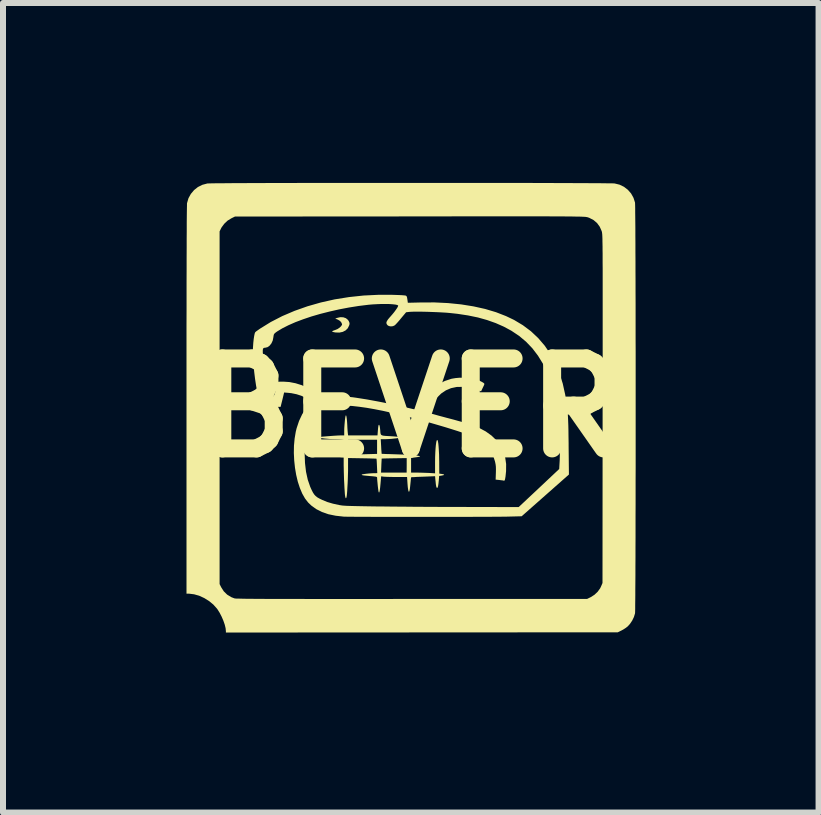
<source format=kicad_pcb>
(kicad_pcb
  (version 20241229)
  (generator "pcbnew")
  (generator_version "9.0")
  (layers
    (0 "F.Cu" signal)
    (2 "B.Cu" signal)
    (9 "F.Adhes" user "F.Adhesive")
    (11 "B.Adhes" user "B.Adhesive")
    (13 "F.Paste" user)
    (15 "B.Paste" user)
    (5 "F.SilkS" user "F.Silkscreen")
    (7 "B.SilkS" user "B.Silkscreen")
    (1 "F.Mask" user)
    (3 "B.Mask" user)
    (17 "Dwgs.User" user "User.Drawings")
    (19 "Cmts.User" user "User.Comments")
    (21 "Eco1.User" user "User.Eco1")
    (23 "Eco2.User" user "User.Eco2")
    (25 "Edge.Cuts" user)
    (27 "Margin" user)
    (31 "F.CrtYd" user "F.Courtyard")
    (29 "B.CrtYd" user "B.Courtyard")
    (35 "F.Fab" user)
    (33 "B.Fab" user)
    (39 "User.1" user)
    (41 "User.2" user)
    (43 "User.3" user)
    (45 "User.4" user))
  (footprint "BEVER"
    (layer "F.Cu")
    (at 3.8 3.749)
    (property "Reference" "BEVER" (at 0 0 0) (layer "F.SilkS") (effects (font (size 1.5 1.5) (thickness 0.3))))
    (attr board_only exclude_from_pos_files exclude_from_bom)
    (fp_poly (pts (xy -1.126 -1.508) (xy -1.082 -1.493) (xy -1.048 -1.465) (xy -1.034 -1.444) (xy -1.023 -1.418) (xy -1.021 -1.397) (xy -1.027 -1.374) (xy -1.05 -1.326) (xy -1.086 -1.29) (xy -1.134 -1.265) (xy -1.191 -1.253) (xy -1.256 -1.255) (xy -1.273 -1.258) (xy -1.3 -1.264) (xy -1.312 -1.27) (xy -1.306 -1.278) (xy -1.284 -1.288) (xy -1.258 -1.297) (xy -1.222 -1.312) (xy -1.189 -1.334) (xy -1.163 -1.358) (xy -1.148 -1.381) (xy -1.146 -1.39) (xy -1.155 -1.417) (xy -1.177 -1.444) (xy -1.211 -1.466) (xy -1.221 -1.471) (xy -1.26 -1.486) (xy -1.228 -1.498) (xy -1.176 -1.51)) (stroke (width 0) (type solid)) (fill yes) (layer "F.SilkS"))
    (fp_poly (pts (xy 0.189 -3.749) (xy 0.406 -3.749) (xy 0.621 -3.749) (xy 0.833 -3.749) (xy 1.043 -3.749) (xy 1.248 -3.749) (xy 1.45 -3.748) (xy 1.645 -3.748) (xy 1.835 -3.748) (xy 2.017 -3.748) (xy 2.192 -3.747) (xy 2.358 -3.747) (xy 2.515 -3.746) (xy 2.662 -3.746) (xy 2.797 -3.745) (xy 2.921 -3.745) (xy 3.033 -3.744) (xy 3.131 -3.744) (xy 3.215 -3.743) (xy 3.285 -3.742) (xy 3.338 -3.742) (xy 3.375 -3.741) (xy 3.395 -3.74) (xy 3.398 -3.74) (xy 3.48 -3.72) (xy 3.555 -3.684) (xy 3.62 -3.634) (xy 3.674 -3.572) (xy 3.714 -3.5) (xy 3.739 -3.422) (xy 3.74 -3.409) (xy 3.741 -3.378) (xy 3.742 -3.33) (xy 3.742 -3.267) (xy 3.743 -3.188) (xy 3.744 -3.095) (xy 3.745 -2.989) (xy 3.745 -2.869) (xy 3.746 -2.738) (xy 3.746 -2.595) (xy 3.747 -2.442) (xy 3.747 -2.279) (xy 3.748 -2.108) (xy 3.748 -1.928) (xy 3.749 -1.741) (xy 3.749 -1.547) (xy 3.749 -1.348) (xy 3.749 -1.144) (xy 3.75 -0.935) (xy 3.75 -0.723) (xy 3.75 -0.508) (xy 3.75 -0.292) (xy 3.75 -0.075) (xy 3.75 0.143) (xy 3.75 0.36) (xy 3.75 0.576) (xy 3.75 0.79) (xy 3.75 1.001) (xy 3.749 1.209) (xy 3.749 1.412) (xy 3.749 1.61) (xy 3.748 1.802) (xy 3.748 1.987) (xy 3.748 2.164) (xy 3.747 2.334) (xy 3.747 2.494) (xy 3.746 2.644) (xy 3.746 2.784) (xy 3.745 2.912) (xy 3.744 3.028) (xy 3.744 3.131) (xy 3.743 3.22) (xy 3.742 3.295) (xy 3.742 3.354) (xy 3.741 3.397) (xy 3.74 3.423) (xy 3.739 3.431) (xy 3.721 3.49) (xy 3.692 3.55) (xy 3.655 3.605) (xy 3.619 3.645) (xy 3.586 3.671) (xy 3.546 3.697) (xy 3.513 3.715) (xy 3.452 3.745) (xy 0.185 3.747) (xy -3.083 3.749) (xy -3.083 3.726) (xy -3.088 3.676) (xy -3.103 3.615) (xy -3.126 3.549) (xy -3.155 3.482) (xy -3.188 3.418) (xy -3.224 3.361) (xy -3.233 3.349) (xy -3.293 3.282) (xy -3.365 3.223) (xy -3.444 3.174) (xy -3.529 3.135) (xy -3.614 3.111) (xy -3.696 3.101) (xy -3.701 3.101) (xy -3.74 3.101) (xy -3.74 -0.131) (xy -3.74 -0.467) (xy -3.74 -0.785) (xy -3.74 -1.085) (xy -3.74 -1.367) (xy -3.739 -1.63) (xy -3.739 -1.875) (xy -3.739 -2.102) (xy -3.738 -2.311) (xy -3.738 -2.501) (xy -3.737 -2.674) (xy -3.737 -2.828) (xy -3.736 -2.941) (xy -3.188 -2.941) (xy -3.188 -0.000001) (xy -3.188 2.941) (xy -3.161 2.995) (xy -3.118 3.062) (xy -3.062 3.117) (xy -2.993 3.159) (xy -2.941 3.179) (xy -2.934 3.18) (xy -2.921 3.182) (xy -2.902 3.183) (xy -2.874 3.183) (xy -2.839 3.184) (xy -2.796 3.185) (xy -2.744 3.186) (xy -2.682 3.186) (xy -2.61 3.187) (xy -2.528 3.187) (xy -2.435 3.188) (xy -2.33 3.188) (xy -2.213 3.189) (xy -2.084 3.189) (xy -1.942 3.189) (xy -1.786 3.189) (xy -1.616 3.19) (xy -1.431 3.19) (xy -1.231 3.19) (xy -1.016 3.19) (xy -0.784 3.19) (xy -0.536 3.19) (xy -0.27 3.189) (xy 0.013 3.189) (xy 0.018 3.189) (xy 2.941 3.188) (xy 3.002 3.158) (xy 3.063 3.119) (xy 3.116 3.069) (xy 3.158 3.011) (xy 3.175 2.975) (xy 3.197 2.923) (xy 3.199 0.018) (xy 3.199 -0.255) (xy 3.2 -0.51) (xy 3.2 -0.749) (xy 3.2 -0.971) (xy 3.2 -1.177) (xy 3.2 -1.367) (xy 3.2 -1.544) (xy 3.2 -1.706) (xy 3.2 -1.854) (xy 3.2 -1.99) (xy 3.2 -2.114) (xy 3.2 -2.226) (xy 3.2 -2.327) (xy 3.199 -2.417) (xy 3.199 -2.498) (xy 3.199 -2.57) (xy 3.198 -2.633) (xy 3.198 -2.687) (xy 3.197 -2.735) (xy 3.196 -2.776) (xy 3.196 -2.81) (xy 3.195 -2.839) (xy 3.194 -2.863) (xy 3.193 -2.882) (xy 3.192 -2.898) (xy 3.19 -2.911) (xy 3.189 -2.921) (xy 3.188 -2.929) (xy 3.186 -2.936) (xy 3.184 -2.941) (xy 3.183 -2.946) (xy 3.151 -3.018) (xy 3.106 -3.08) (xy 3.047 -3.13) (xy 2.977 -3.166) (xy 2.955 -3.174) (xy 2.949 -3.176) (xy 2.943 -3.177) (xy 2.936 -3.179) (xy 2.927 -3.18) (xy 2.917 -3.182) (xy 2.903 -3.183) (xy 2.887 -3.184) (xy 2.866 -3.185) (xy 2.841 -3.186) (xy 2.81 -3.187) (xy 2.774 -3.187) (xy 2.731 -3.188) (xy 2.682 -3.189) (xy 2.625 -3.189) (xy 2.56 -3.19) (xy 2.486 -3.19) (xy 2.402 -3.19) (xy 2.309 -3.191) (xy 2.205 -3.191) (xy 2.09 -3.191) (xy 1.963 -3.191) (xy 1.824 -3.191) (xy 1.672 -3.191) (xy 1.506 -3.191) (xy 1.326 -3.191) (xy 1.131 -3.191) (xy 0.921 -3.191) (xy 0.695 -3.191) (xy 0.452 -3.19) (xy 0.192 -3.19) (xy -0.018 -3.19) (xy -2.932 -3.188) (xy -2.991 -3.159) (xy -3.055 -3.12) (xy -3.111 -3.067) (xy -3.155 -3.007) (xy -3.163 -2.992) (xy -3.188 -2.941) (xy -3.736 -2.941) (xy -3.736 -2.965) (xy -3.736 -3.083) (xy -3.735 -3.183) (xy -3.734 -3.265) (xy -3.733 -3.329) (xy -3.732 -3.375) (xy -3.732 -3.403) (xy -3.731 -3.412) (xy -3.707 -3.494) (xy -3.667 -3.566) (xy -3.614 -3.629) (xy -3.55 -3.68) (xy -3.476 -3.717) (xy -3.394 -3.739) (xy -3.388 -3.74) (xy -3.374 -3.74) (xy -3.342 -3.741) (xy -3.293 -3.742) (xy -3.228 -3.743) (xy -3.148 -3.743) (xy -3.054 -3.744) (xy -2.947 -3.745) (xy -2.826 -3.745) (xy -2.694 -3.746) (xy -2.55 -3.746) (xy -2.396 -3.747) (xy -2.233 -3.747) (xy -2.061 -3.747) (xy -1.88 -3.748) (xy -1.693 -3.748) (xy -1.499 -3.748) (xy -1.299 -3.748) (xy -1.095 -3.749) (xy -0.886 -3.749) (xy -0.675 -3.749) (xy -0.46 -3.749) (xy -0.244 -3.749) (xy -0.028 -3.749)) (stroke (width 0) (type solid)) (fill yes) (layer "F.SilkS"))
    (fp_poly (pts (xy -1.073 0.145) (xy -1.068 0.178) (xy -1.063 0.227) (xy -1.059 0.291) (xy -1.059 0.292) (xy -1.057 0.338) (xy -1.054 0.38) (xy -1.051 0.413) (xy -1.049 0.432) (xy -1.045 0.461) (xy -0.8 0.461) (xy -0.555 0.461) (xy -0.549 0.384) (xy -0.546 0.347) (xy -0.542 0.315) (xy -0.538 0.295) (xy -0.538 0.292) (xy -0.53 0.283) (xy -0.524 0.29) (xy -0.517 0.313) (xy -0.512 0.35) (xy -0.509 0.381) (xy -0.507 0.412) (xy -0.503 0.435) (xy -0.496 0.45) (xy -0.481 0.46) (xy -0.458 0.466) (xy -0.422 0.47) (xy -0.372 0.473) (xy -0.352 0.474) (xy -0.288 0.478) (xy -0.24 0.482) (xy -0.208 0.488) (xy -0.192 0.494) (xy -0.193 0.501) (xy -0.194 0.501) (xy -0.208 0.505) (xy -0.237 0.51) (xy -0.276 0.514) (xy -0.32 0.519) (xy -0.366 0.522) (xy -0.408 0.524) (xy -0.437 0.525) (xy -0.501 0.525) (xy -0.494 0.646) (xy -0.492 0.691) (xy -0.489 0.728) (xy -0.487 0.755) (xy -0.486 0.768) (xy -0.486 0.768) (xy -0.477 0.769) (xy -0.452 0.77) (xy -0.414 0.772) (xy -0.365 0.773) (xy -0.309 0.775) (xy -0.277 0.776) (xy -0.07 0.783) (xy -0.064 0.665) (xy -0.059 0.585) (xy -0.054 0.517) (xy -0.048 0.463) (xy -0.041 0.424) (xy -0.035 0.4) (xy -0.028 0.392) (xy -0.022 0.401) (xy -0.02 0.409) (xy -0.015 0.433) (xy -0.011 0.47) (xy -0.006 0.517) (xy -0.002 0.569) (xy 0.001 0.622) (xy 0.004 0.671) (xy 0.004 0.711) (xy 0.004 0.713) (xy 0.005 0.787) (xy 0.07 0.793) (xy 0.104 0.798) (xy 0.132 0.803) (xy 0.149 0.807) (xy 0.149 0.807) (xy 0.154 0.811) (xy 0.152 0.814) (xy 0.142 0.818) (xy 0.12 0.822) (xy 0.084 0.827) (xy 0.048 0.832) (xy 0.005 0.838) (xy 0.005 0.96) (xy 0.005 1.082) (xy 0.108 1.082) (xy 0.164 1.083) (xy 0.226 1.085) (xy 0.284 1.087) (xy 0.308 1.088) (xy 0.405 1.094) (xy 0.405 0.906) (xy 0.406 0.822) (xy 0.409 0.746) (xy 0.413 0.68) (xy 0.418 0.624) (xy 0.424 0.581) (xy 0.43 0.552) (xy 0.438 0.538) (xy 0.445 0.54) (xy 0.446 0.541) (xy 0.453 0.562) (xy 0.459 0.598) (xy 0.464 0.649) (xy 0.468 0.712) (xy 0.472 0.785) (xy 0.473 0.866) (xy 0.474 0.896) (xy 0.475 1.099) (xy 0.519 1.105) (xy 0.546 1.11) (xy 0.556 1.117) (xy 0.548 1.124) (xy 0.522 1.13) (xy 0.513 1.132) (xy 0.473 1.138) (xy 0.467 1.213) (xy 0.461 1.269) (xy 0.455 1.307) (xy 0.448 1.33) (xy 0.439 1.338) (xy 0.438 1.338) (xy 0.431 1.332) (xy 0.424 1.312) (xy 0.418 1.276) (xy 0.413 1.224) (xy 0.411 1.21) (xy 0.405 1.142) (xy 0.207 1.15) (xy 0.149 1.152) (xy 0.097 1.154) (xy 0.055 1.157) (xy 0.024 1.158) (xy 0.008 1.16) (xy 0.006 1.16) (xy 0.004 1.17) (xy 0.001 1.194) (xy -0.002 1.228) (xy -0.005 1.257) (xy -0.011 1.316) (xy -0.016 1.357) (xy -0.021 1.384) (xy -0.027 1.399) (xy -0.031 1.402) (xy -0.038 1.393) (xy -0.044 1.367) (xy -0.05 1.323) (xy -0.055 1.262) (xy -0.056 1.244) (xy -0.062 1.155) (xy -0.232 1.155) (xy -0.29 1.155) (xy -0.344 1.154) (xy -0.392 1.153) (xy -0.428 1.151) (xy -0.448 1.15) (xy -0.494 1.144) (xy -0.505 1.269) (xy -0.511 1.332) (xy -0.517 1.378) (xy -0.523 1.405) (xy -0.529 1.415) (xy -0.535 1.407) (xy -0.538 1.397) (xy -0.541 1.378) (xy -0.545 1.347) (xy -0.55 1.306) (xy -0.554 1.263) (xy -0.558 1.222) (xy -0.561 1.187) (xy -0.561 1.168) (xy -0.563 1.16) (xy -0.568 1.155) (xy -0.58 1.15) (xy -0.602 1.147) (xy -0.637 1.143) (xy -0.686 1.139) (xy -0.741 1.134) (xy -0.779 1.13) (xy -0.803 1.126) (xy -0.815 1.122) (xy -0.818 1.118) (xy -0.816 1.114) (xy -0.804 1.11) (xy -0.778 1.106) (xy -0.743 1.101) (xy -0.703 1.097) (xy -0.663 1.094) (xy -0.627 1.092) (xy -0.617 1.092) (xy -0.559 1.091) (xy -0.559 1.082) (xy -0.496 1.082) (xy -0.282 1.082) (xy -0.069 1.082) (xy -0.068 0.961) (xy -0.068 0.84) (xy -0.276 0.843) (xy -0.336 0.844) (xy -0.389 0.845) (xy -0.432 0.846) (xy -0.464 0.847) (xy -0.482 0.847) (xy -0.485 0.848) (xy -0.486 0.857) (xy -0.487 0.881) (xy -0.489 0.916) (xy -0.491 0.959) (xy -0.491 0.966) (xy -0.496 1.082) (xy -0.559 1.082) (xy -0.564 0.972) (xy -0.566 0.928) (xy -0.568 0.89) (xy -0.57 0.863) (xy -0.572 0.851) (xy -0.572 0.85) (xy -0.582 0.849) (xy -0.607 0.848) (xy -0.646 0.847) (xy -0.696 0.845) (xy -0.754 0.844) (xy -0.811 0.843) (xy -1.046 0.839) (xy -1.046 0.995) (xy -1.046 1.054) (xy -1.048 1.121) (xy -1.05 1.19) (xy -1.053 1.26) (xy -1.057 1.326) (xy -1.06 1.385) (xy -1.064 1.434) (xy -1.068 1.47) (xy -1.07 1.482) (xy -1.076 1.505) (xy -1.083 1.51) (xy -1.09 1.497) (xy -1.095 1.473) (xy -1.099 1.441) (xy -1.102 1.394) (xy -1.106 1.337) (xy -1.109 1.271) (xy -1.113 1.201) (xy -1.115 1.13) (xy -1.117 1.062) (xy -1.118 1.001) (xy -1.119 0.966) (xy -1.119 0.827) (xy -1.149 0.826) (xy -1.176 0.823) (xy -1.196 0.818) (xy -1.206 0.814) (xy -1.208 0.811) (xy -1.202 0.808) (xy -1.183 0.803) (xy -1.149 0.796) (xy -1.144 0.795) (xy -1.119 0.79) (xy -1.119 0.663) (xy -1.119 0.663) (xy -1.046 0.663) (xy -1.046 0.791) (xy -1.021 0.787) (xy -1.005 0.785) (xy -0.973 0.783) (xy -0.929 0.781) (xy -0.876 0.779) (xy -0.816 0.777) (xy -0.779 0.776) (xy -0.562 0.77) (xy -0.562 0.652) (xy -0.562 0.534) (xy -0.804 0.534) (xy -1.046 0.534) (xy -1.046 0.663) (xy -1.119 0.663) (xy -1.119 0.537) (xy -1.153 0.531) (xy -1.18 0.528) (xy -1.216 0.526) (xy -1.256 0.525) (xy -1.257 0.525) (xy -1.298 0.524) (xy -1.344 0.522) (xy -1.391 0.518) (xy -1.437 0.514) (xy -1.476 0.509) (xy -1.506 0.504) (xy -1.522 0.499) (xy -1.524 0.498) (xy -1.52 0.493) (xy -1.503 0.487) (xy -1.493 0.485) (xy -1.469 0.482) (xy -1.43 0.479) (xy -1.383 0.475) (xy -1.33 0.471) (xy -1.276 0.467) (xy -1.225 0.464) (xy -1.182 0.462) (xy -1.15 0.461) (xy -1.149 0.461) (xy -1.11 0.461) (xy -1.11 0.386) (xy -1.109 0.344) (xy -1.106 0.297) (xy -1.102 0.249) (xy -1.098 0.204) (xy -1.093 0.166) (xy -1.088 0.14) (xy -1.085 0.129) (xy -1.079 0.128)) (stroke (width 0) (type solid)) (fill yes) (layer "F.SilkS"))
    (fp_poly (pts (xy -0.32 -1.883) (xy -0.258 -1.881) (xy -0.202 -1.879) (xy -0.155 -1.877) (xy -0.118 -1.874) (xy -0.095 -1.872) (xy -0.089 -1.871) (xy -0.077 -1.866) (xy -0.068 -1.856) (xy -0.062 -1.838) (xy -0.057 -1.806) (xy -0.055 -1.793) (xy -0.049 -1.75) (xy 0.158 -1.755) (xy 0.395 -1.756) (xy 0.622 -1.745) (xy 0.84 -1.723) (xy 1.046 -1.69) (xy 1.24 -1.647) (xy 1.421 -1.593) (xy 1.588 -1.528) (xy 1.722 -1.464) (xy 1.869 -1.376) (xy 2.004 -1.275) (xy 2.125 -1.161) (xy 2.233 -1.035) (xy 2.328 -0.896) (xy 2.41 -0.744) (xy 2.478 -0.58) (xy 2.534 -0.403) (xy 2.576 -0.213) (xy 2.58 -0.188) (xy 2.59 -0.129) (xy 2.599 -0.073) (xy 2.606 -0.02) (xy 2.612 0.034) (xy 2.617 0.089) (xy 2.621 0.149) (xy 2.624 0.216) (xy 2.627 0.292) (xy 2.629 0.379) (xy 2.63 0.478) (xy 2.632 0.593) (xy 2.632 0.639) (xy 2.637 1.114) (xy 2.243 1.462) (xy 1.849 1.81) (xy 1.609 1.816) (xy 1.576 1.817) (xy 1.527 1.817) (xy 1.463 1.818) (xy 1.386 1.818) (xy 1.297 1.819) (xy 1.198 1.819) (xy 1.088 1.819) (xy 0.971 1.82) (xy 0.847 1.82) (xy 0.717 1.82) (xy 0.583 1.82) (xy 0.446 1.82) (xy 0.307 1.82) (xy 0.167 1.82) (xy 0.028 1.82) (xy -0.108 1.82) (xy -0.242 1.82) (xy -0.37 1.82) (xy -0.493 1.82) (xy -0.609 1.82) (xy -0.716 1.819) (xy -0.813 1.819) (xy -0.899 1.819) (xy -0.973 1.818) (xy -1.034 1.818) (xy -1.079 1.817) (xy -1.109 1.817) (xy -1.119 1.816) (xy -1.253 1.801) (xy -1.374 1.776) (xy -1.481 1.739) (xy -1.576 1.691) (xy -1.659 1.631) (xy -1.713 1.579) (xy -1.764 1.513) (xy -1.81 1.432) (xy -1.85 1.337) (xy -1.884 1.233) (xy -1.911 1.12) (xy -1.931 1.001) (xy -1.944 0.879) (xy -1.95 0.755) (xy -1.948 0.633) (xy -1.937 0.514) (xy -1.918 0.401) (xy -1.904 0.343) (xy -1.863 0.22) (xy -1.811 0.109) (xy -1.748 0.011) (xy -1.707 -0.039) (xy -1.658 -0.094) (xy -1.696 -0.127) (xy -1.753 -0.166) (xy -1.824 -0.199) (xy -1.905 -0.225) (xy -1.993 -0.243) (xy -2.042 -0.248) (xy -2.112 -0.254) (xy -2.141 -0.134) (xy -2.171 -0.014) (xy -2.334 -0.014) (xy -2.497 -0.014) (xy -2.516 -0.078) (xy -2.539 -0.164) (xy -2.56 -0.262) (xy -2.58 -0.37) (xy -2.597 -0.483) (xy -2.611 -0.598) (xy -2.622 -0.711) (xy -2.63 -0.818) (xy -2.633 -0.915) (xy -2.633 -0.927) (xy -2.468 -0.927) (xy -2.466 -0.88) (xy -2.462 -0.825) (xy -2.453 -0.723) (xy -2.443 -0.623) (xy -2.432 -0.528) (xy -2.42 -0.44) (xy -2.409 -0.362) (xy -2.397 -0.296) (xy -2.386 -0.246) (xy -2.383 -0.235) (xy -2.37 -0.187) (xy -2.328 -0.187) (xy -2.302 -0.188) (xy -2.288 -0.195) (xy -2.278 -0.21) (xy -2.274 -0.219) (xy -2.266 -0.242) (xy -2.255 -0.276) (xy -2.244 -0.317) (xy -2.238 -0.339) (xy -2.228 -0.376) (xy -2.22 -0.407) (xy -2.213 -0.427) (xy -2.211 -0.431) (xy -2.201 -0.433) (xy -2.176 -0.435) (xy -2.142 -0.435) (xy -2.125 -0.435) (xy -2.023 -0.428) (xy -1.921 -0.408) (xy -1.821 -0.377) (xy -1.727 -0.336) (xy -1.643 -0.287) (xy -1.572 -0.231) (xy -1.564 -0.223) (xy -1.502 -0.161) (xy -1.468 -0.176) (xy -1.44 -0.184) (xy -1.396 -0.189) (xy -1.34 -0.192) (xy -1.274 -0.193) (xy -1.2 -0.191) (xy -1.123 -0.188) (xy -1.044 -0.182) (xy -0.965 -0.174) (xy -0.909 -0.166) (xy -0.731 -0.138) (xy -0.54 -0.103) (xy -0.339 -0.063) (xy -0.132 -0.018) (xy -0.014 0.01) (xy 0.032 0.021) (xy 0.073 0.029) (xy 0.103 0.034) (xy 0.121 0.035) (xy 0.124 0.034) (xy 0.13 0.022) (xy 0.139 -0.001) (xy 0.145 -0.019) (xy 0.167 -0.071) (xy 0.199 -0.13) (xy 0.237 -0.189) (xy 0.279 -0.244) (xy 0.298 -0.265) (xy 0.377 -0.337) (xy 0.469 -0.398) (xy 0.57 -0.447) (xy 0.676 -0.482) (xy 0.691 -0.485) (xy 0.745 -0.494) (xy 0.809 -0.5) (xy 0.877 -0.501) (xy 0.943 -0.499) (xy 1.002 -0.494) (xy 1.046 -0.485) (xy 1.096 -0.47) (xy 1.145 -0.451) (xy 1.187 -0.43) (xy 1.215 -0.413) (xy 1.223 -0.405) (xy 1.227 -0.397) (xy 1.224 -0.383) (xy 1.214 -0.361) (xy 1.202 -0.336) (xy 1.172 -0.273) (xy 1.084 -0.303) (xy 0.97 -0.334) (xy 0.864 -0.348) (xy 0.764 -0.346) (xy 0.671 -0.326) (xy 0.586 -0.29) (xy 0.507 -0.237) (xy 0.436 -0.167) (xy 0.372 -0.081) (xy 0.325 0.003) (xy 0.308 0.037) (xy 0.297 0.064) (xy 0.291 0.08) (xy 0.29 0.083) (xy 0.3 0.086) (xy 0.325 0.094) (xy 0.364 0.104) (xy 0.414 0.118) (xy 0.474 0.135) (xy 0.542 0.153) (xy 0.616 0.173) (xy 0.617 0.173) (xy 0.716 0.199) (xy 0.798 0.222) (xy 0.867 0.241) (xy 0.925 0.257) (xy 0.973 0.272) (xy 1.014 0.285) (xy 1.049 0.298) (xy 1.082 0.311) (xy 1.113 0.324) (xy 1.139 0.336) (xy 1.251 0.396) (xy 1.347 0.465) (xy 1.428 0.543) (xy 1.493 0.63) (xy 1.541 0.725) (xy 1.574 0.828) (xy 1.59 0.939) (xy 1.589 1.058) (xy 1.585 1.096) (xy 1.58 1.146) (xy 1.574 1.181) (xy 1.569 1.202) (xy 1.564 1.213) (xy 1.557 1.217) (xy 1.549 1.216) (xy 1.533 1.212) (xy 1.505 1.209) (xy 1.475 1.205) (xy 1.415 1.199) (xy 1.419 1.083) (xy 1.42 1.028) (xy 1.419 0.985) (xy 1.415 0.948) (xy 1.408 0.913) (xy 1.403 0.892) (xy 1.373 0.799) (xy 1.33 0.717) (xy 1.274 0.645) (xy 1.204 0.581) (xy 1.118 0.524) (xy 1.05 0.488) (xy 1.005 0.469) (xy 0.944 0.445) (xy 0.868 0.418) (xy 0.781 0.389) (xy 0.683 0.358) (xy 0.577 0.325) (xy 0.465 0.292) (xy 0.348 0.258) (xy 0.229 0.224) (xy 0.109 0.191) (xy -0.01 0.16) (xy -0.126 0.13) (xy -0.137 0.128) (xy -0.308 0.087) (xy -0.464 0.052) (xy -0.607 0.024) (xy -0.738 0.001) (xy -0.86 -0.016) (xy -0.974 -0.029) (xy -1.083 -0.036) (xy -1.134 -0.038) (xy -1.232 -0.04) (xy -1.313 -0.038) (xy -1.378 -0.033) (xy -1.43 -0.023) (xy -1.468 -0.01) (xy -1.481 -0.003) (xy -1.513 0.021) (xy -1.55 0.058) (xy -1.587 0.101) (xy -1.622 0.148) (xy -1.649 0.19) (xy -1.694 0.286) (xy -1.729 0.392) (xy -1.753 0.51) (xy -1.766 0.639) (xy -1.77 0.763) (xy -1.764 0.922) (xy -1.747 1.068) (xy -1.718 1.2) (xy -1.677 1.319) (xy -1.653 1.372) (xy -1.631 1.415) (xy -1.61 1.447) (xy -1.587 1.472) (xy -1.558 1.495) (xy -1.519 1.517) (xy -1.475 1.538) (xy -1.393 1.572) (xy -1.298 1.6) (xy -1.193 1.623) (xy -1.142 1.631) (xy -1.115 1.633) (xy -1.071 1.636) (xy -1.009 1.638) (xy -0.93 1.64) (xy -0.834 1.642) (xy -0.722 1.644) (xy -0.594 1.646) (xy -0.451 1.647) (xy -0.293 1.649) (xy -0.12 1.65) (xy 0.067 1.652) (xy 0.268 1.653) (xy 0.483 1.654) (xy 0.71 1.654) (xy 0.95 1.655) (xy 1.059 1.655) (xy 1.799 1.657) (xy 2.137 1.34) (xy 2.475 1.022) (xy 2.483 0.881) (xy 2.485 0.816) (xy 2.486 0.737) (xy 2.485 0.649) (xy 2.482 0.554) (xy 2.479 0.457) (xy 2.474 0.363) (xy 2.469 0.275) (xy 2.462 0.197) (xy 2.457 0.15) (xy 2.427 -0.056) (xy 2.386 -0.247) (xy 2.336 -0.423) (xy 2.275 -0.585) (xy 2.204 -0.733) (xy 2.121 -0.868) (xy 2.028 -0.99) (xy 1.923 -1.1) (xy 1.806 -1.198) (xy 1.677 -1.284) (xy 1.553 -1.351) (xy 1.417 -1.411) (xy 1.273 -1.462) (xy 1.12 -1.505) (xy 0.955 -1.539) (xy 0.777 -1.566) (xy 0.648 -1.58) (xy 0.591 -1.585) (xy 0.523 -1.589) (xy 0.448 -1.593) (xy 0.37 -1.596) (xy 0.29 -1.599) (xy 0.213 -1.601) (xy 0.142 -1.602) (xy 0.078 -1.602) (xy 0.026 -1.601) (xy -0.011 -1.599) (xy -0.016 -1.599) (xy -0.078 -1.592) (xy -0.161 -1.493) (xy -0.192 -1.455) (xy -0.222 -1.421) (xy -0.247 -1.394) (xy -0.264 -1.377) (xy -0.266 -1.375) (xy -0.297 -1.36) (xy -0.332 -1.356) (xy -0.365 -1.362) (xy -0.388 -1.376) (xy -0.403 -1.397) (xy -0.407 -1.419) (xy -0.399 -1.443) (xy -0.379 -1.474) (xy -0.346 -1.513) (xy -0.341 -1.518) (xy -0.308 -1.556) (xy -0.276 -1.595) (xy -0.249 -1.632) (xy -0.227 -1.664) (xy -0.214 -1.689) (xy -0.21 -1.703) (xy -0.21 -1.704) (xy -0.225 -1.713) (xy -0.256 -1.72) (xy -0.299 -1.725) (xy -0.354 -1.729) (xy -0.418 -1.73) (xy -0.488 -1.73) (xy -0.561 -1.727) (xy -0.636 -1.723) (xy -0.705 -1.717) (xy -0.868 -1.697) (xy -1.032 -1.671) (xy -1.195 -1.64) (xy -1.354 -1.604) (xy -1.508 -1.565) (xy -1.656 -1.522) (xy -1.795 -1.475) (xy -1.923 -1.427) (xy -2.039 -1.376) (xy -2.142 -1.324) (xy -2.228 -1.272) (xy -2.248 -1.258) (xy -2.27 -1.24) (xy -2.282 -1.224) (xy -2.288 -1.201) (xy -2.291 -1.178) (xy -2.302 -1.121) (xy -2.324 -1.073) (xy -2.354 -1.035) (xy -2.389 -1.01) (xy -2.429 -1) (xy -2.431 -1) (xy -2.446 -0.999) (xy -2.457 -0.993) (xy -2.465 -0.981) (xy -2.468 -0.959) (xy -2.468 -0.927) (xy -2.633 -0.927) (xy -2.632 -1) (xy -2.631 -1.009) (xy -2.626 -1.084) (xy -2.619 -1.148) (xy -2.611 -1.199) (xy -2.603 -1.237) (xy -2.594 -1.259) (xy -2.592 -1.261) (xy -2.578 -1.273) (xy -2.553 -1.291) (xy -2.523 -1.312) (xy -2.513 -1.319) (xy -2.335 -1.429) (xy -2.143 -1.528) (xy -1.939 -1.615) (xy -1.724 -1.691) (xy -1.5 -1.755) (xy -1.268 -1.807) (xy -1.03 -1.845) (xy -0.786 -1.871) (xy -0.538 -1.883)) (stroke (width 0) (type solid)) (fill yes) (layer "F.SilkS")))
  (gr_rect
    (start -3 -3)
    (end 10.6 10.499)
    (stroke (width 0.1) (type default))
    (fill no)
    (layer "Edge.Cuts")))
</source>
